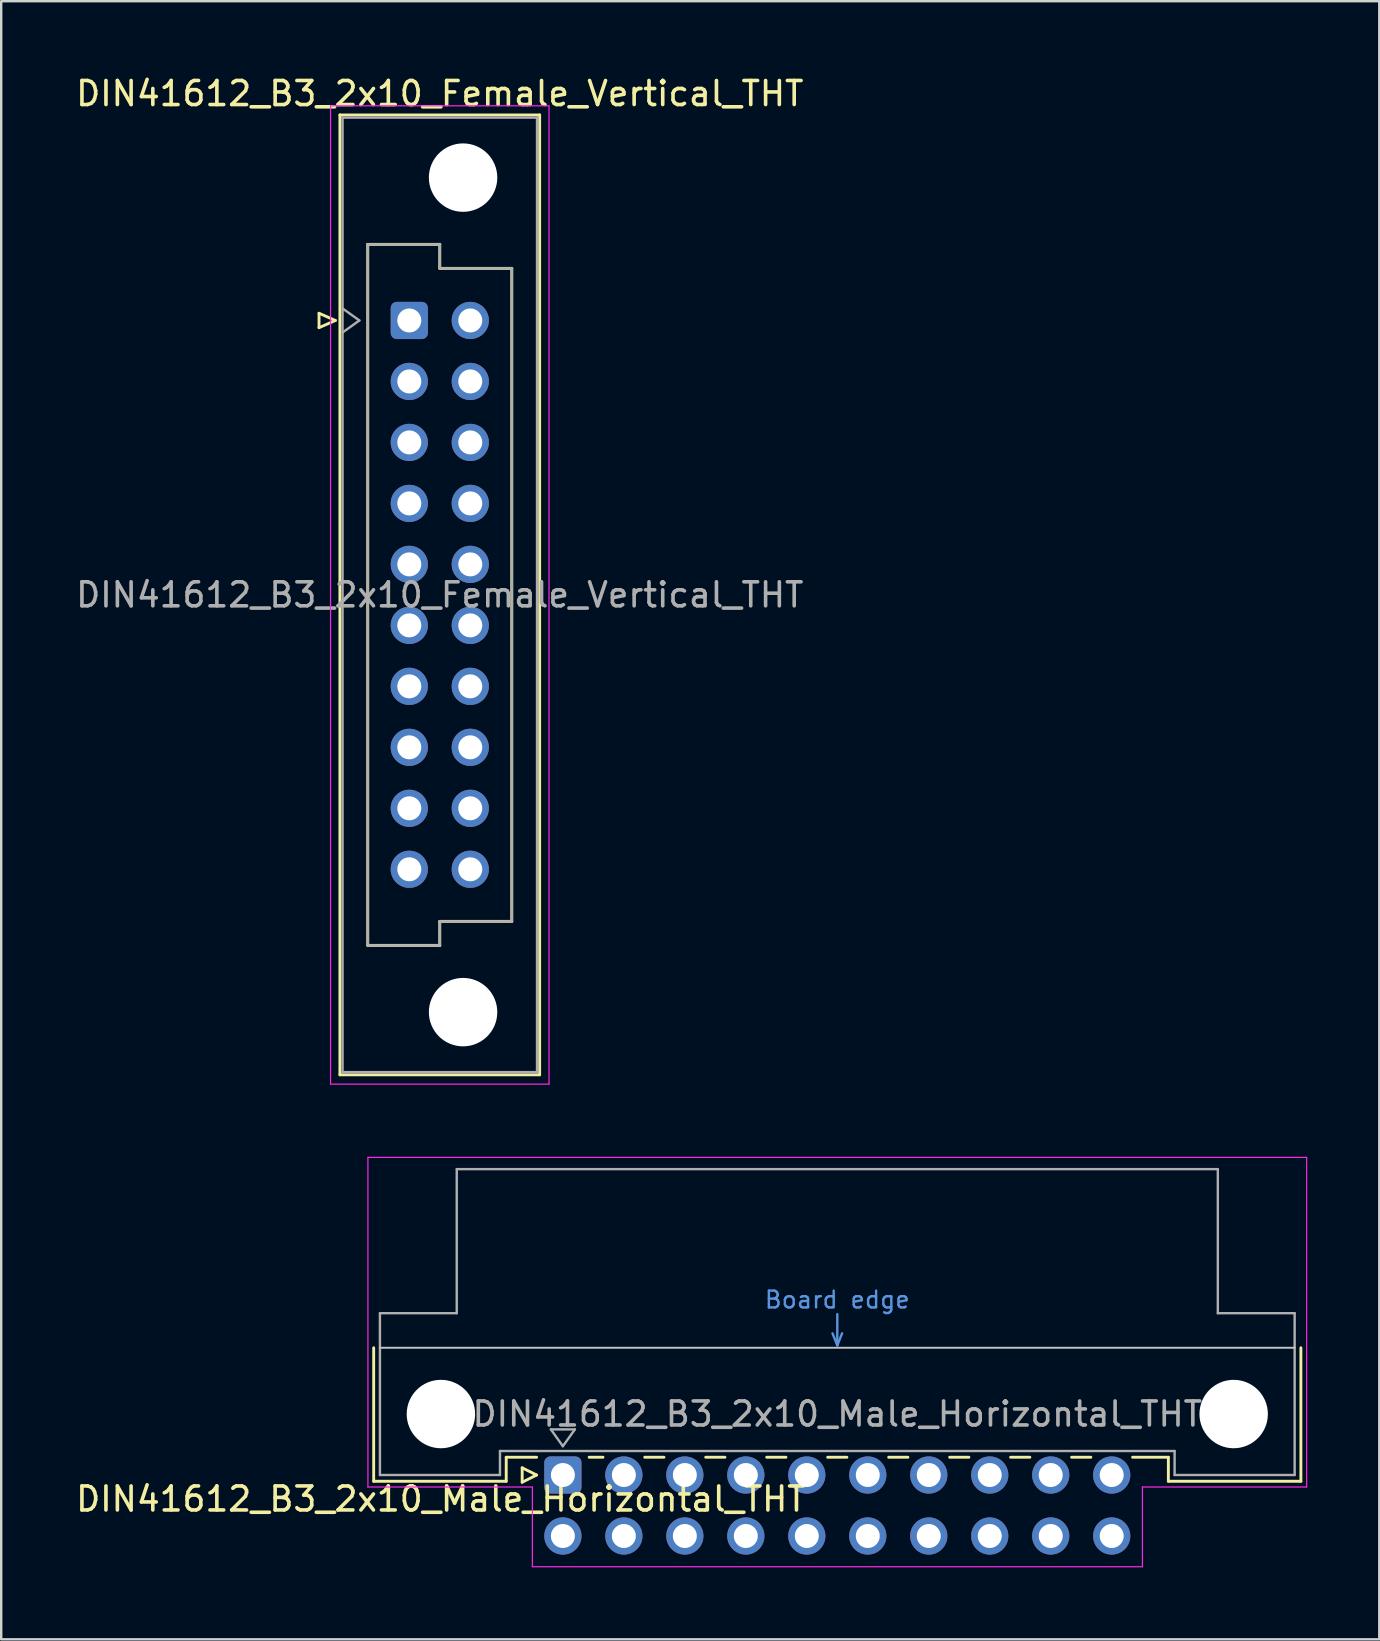
<source format=kicad_pcb>
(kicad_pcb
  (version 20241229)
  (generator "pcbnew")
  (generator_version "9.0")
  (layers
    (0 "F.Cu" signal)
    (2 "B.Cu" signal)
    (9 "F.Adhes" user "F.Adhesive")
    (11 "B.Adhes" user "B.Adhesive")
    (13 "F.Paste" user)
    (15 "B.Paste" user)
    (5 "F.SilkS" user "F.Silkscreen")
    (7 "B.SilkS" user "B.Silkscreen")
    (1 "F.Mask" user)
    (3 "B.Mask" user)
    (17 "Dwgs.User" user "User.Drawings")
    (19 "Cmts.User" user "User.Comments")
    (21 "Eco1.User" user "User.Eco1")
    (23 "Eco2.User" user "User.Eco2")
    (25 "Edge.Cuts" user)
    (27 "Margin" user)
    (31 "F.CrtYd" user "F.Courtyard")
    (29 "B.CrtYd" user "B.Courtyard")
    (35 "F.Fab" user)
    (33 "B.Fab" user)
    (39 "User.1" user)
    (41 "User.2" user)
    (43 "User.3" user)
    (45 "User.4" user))
  (footprint "DIN41612_B3_2x10_Female_Vertical_THT"
    (layer "F.Cu")
    (at 13.998 10.298)
    (property "Reference" "DIN41612_B3_2x10_Female_Vertical_THT" (at 1.27 -9.45 0) (layer "F.SilkS") (effects (font (size 1 1) (thickness 0.15))))
    (attr through_hole)
    (fp_line (start -3.76 -0.3) (end -3.76 0.3) (stroke (width 0.12) (type solid)) (layer "F.SilkS"))
    (fp_line (start -3.76 0.3) (end -3.08 0) (stroke (width 0.12) (type solid)) (layer "F.SilkS"))
    (fp_line (start -3.08 0) (end -3.76 -0.3) (stroke (width 0.12) (type solid)) (layer "F.SilkS"))
    (fp_line (start -2.89 -8.56) (end 5.43 -8.56) (stroke (width 0.12) (type solid)) (layer "F.SilkS"))
    (fp_line (start -2.89 31.42) (end -2.89 -8.56) (stroke (width 0.12) (type solid)) (layer "F.SilkS"))
    (fp_line (start -1.73 -3.17) (end 1.27 -3.17) (stroke (width 0.12) (type solid)) (layer "F.SilkS"))
    (fp_line (start -1.73 26.03) (end -1.73 -3.17) (stroke (width 0.12) (type solid)) (layer "F.SilkS"))
    (fp_line (start 1.27 -3.17) (end 1.27 -2.17) (stroke (width 0.12) (type solid)) (layer "F.SilkS"))
    (fp_line (start 1.27 -2.17) (end 4.27 -2.17) (stroke (width 0.12) (type solid)) (layer "F.SilkS"))
    (fp_line (start 1.27 25.03) (end 1.27 26.03) (stroke (width 0.12) (type solid)) (layer "F.SilkS"))
    (fp_line (start 1.27 26.03) (end -1.73 26.03) (stroke (width 0.12) (type solid)) (layer "F.SilkS"))
    (fp_line (start 4.27 -2.17) (end 4.27 25.03) (stroke (width 0.12) (type solid)) (layer "F.SilkS"))
    (fp_line (start 4.27 25.03) (end 1.27 25.03) (stroke (width 0.12) (type solid)) (layer "F.SilkS"))
    (fp_line (start 5.43 -8.56) (end 5.43 31.42) (stroke (width 0.12) (type solid)) (layer "F.SilkS"))
    (fp_line (start 5.43 31.42) (end -2.89 31.42) (stroke (width 0.12) (type solid)) (layer "F.SilkS"))
    (fp_line (start -3.28 -8.94) (end 5.82 -8.94) (stroke (width 0.05) (type solid)) (layer "F.CrtYd"))
    (fp_line (start -3.28 31.81) (end -3.28 -8.94) (stroke (width 0.05) (type solid)) (layer "F.CrtYd"))
    (fp_line (start 5.82 -8.94) (end 5.82 31.81) (stroke (width 0.05) (type solid)) (layer "F.CrtYd"))
    (fp_line (start 5.82 31.81) (end -3.28 31.81) (stroke (width 0.05) (type solid)) (layer "F.CrtYd"))
    (fp_line (start -2.78 -8.45) (end 5.32 -8.45) (stroke (width 0.1) (type solid)) (layer "F.Fab"))
    (fp_line (start -2.78 -0.5) (end -2.08 0) (stroke (width 0.1) (type solid)) (layer "F.Fab"))
    (fp_line (start -2.78 31.31) (end -2.78 -8.45) (stroke (width 0.1) (type solid)) (layer "F.Fab"))
    (fp_line (start -2.08 0) (end -2.78 0.5) (stroke (width 0.1) (type solid)) (layer "F.Fab"))
    (fp_line (start -1.73 -3.17) (end 1.27 -3.17) (stroke (width 0.1) (type solid)) (layer "F.Fab"))
    (fp_line (start -1.73 26.03) (end -1.73 -3.17) (stroke (width 0.1) (type solid)) (layer "F.Fab"))
    (fp_line (start 1.27 -3.17) (end 1.27 -2.17) (stroke (width 0.1) (type solid)) (layer "F.Fab"))
    (fp_line (start 1.27 -2.17) (end 4.27 -2.17) (stroke (width 0.1) (type solid)) (layer "F.Fab"))
    (fp_line (start 1.27 25.03) (end 1.27 26.03) (stroke (width 0.1) (type solid)) (layer "F.Fab"))
    (fp_line (start 1.27 26.03) (end -1.73 26.03) (stroke (width 0.1) (type solid)) (layer "F.Fab"))
    (fp_line (start 4.27 -2.17) (end 4.27 25.03) (stroke (width 0.1) (type solid)) (layer "F.Fab"))
    (fp_line (start 4.27 25.03) (end 1.27 25.03) (stroke (width 0.1) (type solid)) (layer "F.Fab"))
    (fp_line (start 5.32 -8.45) (end 5.32 31.31) (stroke (width 0.1) (type solid)) (layer "F.Fab"))
    (fp_line (start 5.32 31.31) (end -2.78 31.31) (stroke (width 0.1) (type solid)) (layer "F.Fab"))
    (fp_text user "${REFERENCE}" (at 1.27 11.43 0) (layer "F.Fab") (effects (font (size 1 1) (thickness 0.15))))
    (pad "" np_thru_hole circle (at 2.24 -5.95) (size 2.85 2.85) (drill 2.85) (layers "*.Cu" "*.Mask"))
    (pad "" np_thru_hole circle (at 2.24 28.81) (size 2.85 2.85) (drill 2.85) (layers "*.Cu" "*.Mask"))
    (pad "a1" thru_hole roundrect (at 0 0) (size 1.55 1.55) (drill 1) (layers "*.Cu" "*.Mask") (roundrect_rratio 0.161))
    (pad "a2" thru_hole circle (at 0 2.54) (size 1.55 1.55) (drill 1) (layers "*.Cu" "*.Mask"))
    (pad "a3" thru_hole circle (at 0 5.08) (size 1.55 1.55) (drill 1) (layers "*.Cu" "*.Mask"))
    (pad "a4" thru_hole circle (at 0 7.62) (size 1.55 1.55) (drill 1) (layers "*.Cu" "*.Mask"))
    (pad "a5" thru_hole circle (at 0 10.16) (size 1.55 1.55) (drill 1) (layers "*.Cu" "*.Mask"))
    (pad "a6" thru_hole circle (at 0 12.7) (size 1.55 1.55) (drill 1) (layers "*.Cu" "*.Mask"))
    (pad "a7" thru_hole circle (at 0 15.24) (size 1.55 1.55) (drill 1) (layers "*.Cu" "*.Mask"))
    (pad "a8" thru_hole circle (at 0 17.78) (size 1.55 1.55) (drill 1) (layers "*.Cu" "*.Mask"))
    (pad "a9" thru_hole circle (at 0 20.32) (size 1.55 1.55) (drill 1) (layers "*.Cu" "*.Mask"))
    (pad "a10" thru_hole circle (at 0 22.86) (size 1.55 1.55) (drill 1) (layers "*.Cu" "*.Mask"))
    (pad "b1" thru_hole circle (at 2.54 0) (size 1.55 1.55) (drill 1) (layers "*.Cu" "*.Mask"))
    (pad "b2" thru_hole circle (at 2.54 2.54) (size 1.55 1.55) (drill 1) (layers "*.Cu" "*.Mask"))
    (pad "b3" thru_hole circle (at 2.54 5.08) (size 1.55 1.55) (drill 1) (layers "*.Cu" "*.Mask"))
    (pad "b4" thru_hole circle (at 2.54 7.62) (size 1.55 1.55) (drill 1) (layers "*.Cu" "*.Mask"))
    (pad "b5" thru_hole circle (at 2.54 10.16) (size 1.55 1.55) (drill 1) (layers "*.Cu" "*.Mask"))
    (pad "b6" thru_hole circle (at 2.54 12.7) (size 1.55 1.55) (drill 1) (layers "*.Cu" "*.Mask"))
    (pad "b7" thru_hole circle (at 2.54 15.24) (size 1.55 1.55) (drill 1) (layers "*.Cu" "*.Mask"))
    (pad "b8" thru_hole circle (at 2.54 17.78) (size 1.55 1.55) (drill 1) (layers "*.Cu" "*.Mask"))
    (pad "b9" thru_hole circle (at 2.54 20.32) (size 1.55 1.55) (drill 1) (layers "*.Cu" "*.Mask"))
    (pad "b10" thru_hole circle (at 2.54 22.86) (size 1.55 1.55) (drill 1) (layers "*.Cu" "*.Mask")))
  (footprint "DIN41612_B3_2x10_Male_Horizontal_THT"
    (layer "F.Cu")
    (at 20.395 58.388)
    (property "Reference" "DIN41612_B3_2x10_Male_Horizontal_THT" (at -5.08 1 0) (layer "F.SilkS") (effects (font (size 1 1) (thickness 0.15))))
    (attr through_hole)
    (fp_line (start -7.88 -5.3) (end -7.88 0.26) (stroke (width 0.12) (type solid)) (layer "F.SilkS"))
    (fp_line (start -7.88 0.26) (end -2.36 0.26) (stroke (width 0.12) (type solid)) (layer "F.SilkS"))
    (fp_line (start -2.361 -0.74) (end -1.095 -0.74) (stroke (width 0.12) (type solid)) (layer "F.SilkS"))
    (fp_line (start -2.36 0.26) (end -2.36 -0.74) (stroke (width 0.12) (type solid)) (layer "F.SilkS"))
    (fp_line (start -1.695 -0.3) (end -1.695 0.3) (stroke (width 0.12) (type solid)) (layer "F.SilkS"))
    (fp_line (start -1.695 0.3) (end -1.095 0) (stroke (width 0.12) (type solid)) (layer "F.SilkS"))
    (fp_line (start -1.095 0) (end -1.695 -0.3) (stroke (width 0.12) (type solid)) (layer "F.SilkS"))
    (fp_line (start 1.095 -0.74) (end 1.671 -0.74) (stroke (width 0.12) (type solid)) (layer "F.SilkS"))
    (fp_line (start 3.41 -0.74) (end 4.211 -0.74) (stroke (width 0.12) (type solid)) (layer "F.SilkS"))
    (fp_line (start 5.95 -0.74) (end 6.751 -0.74) (stroke (width 0.12) (type solid)) (layer "F.SilkS"))
    (fp_line (start 8.49 -0.74) (end 9.291 -0.74) (stroke (width 0.12) (type solid)) (layer "F.SilkS"))
    (fp_line (start 11.03 -0.74) (end 11.831 -0.74) (stroke (width 0.12) (type solid)) (layer "F.SilkS"))
    (fp_line (start 13.57 -0.74) (end 14.371 -0.74) (stroke (width 0.12) (type solid)) (layer "F.SilkS"))
    (fp_line (start 16.11 -0.74) (end 16.911 -0.74) (stroke (width 0.12) (type solid)) (layer "F.SilkS"))
    (fp_line (start 18.65 -0.74) (end 19.451 -0.74) (stroke (width 0.12) (type solid)) (layer "F.SilkS"))
    (fp_line (start 21.19 -0.74) (end 21.991 -0.74) (stroke (width 0.12) (type solid)) (layer "F.SilkS"))
    (fp_line (start 23.73 -0.74) (end 25.22 -0.74) (stroke (width 0.12) (type solid)) (layer "F.SilkS"))
    (fp_line (start 25.22 0.26) (end 25.22 -0.74) (stroke (width 0.12) (type solid)) (layer "F.SilkS"))
    (fp_line (start 30.74 -5.3) (end 30.74 0.26) (stroke (width 0.12) (type solid)) (layer "F.SilkS"))
    (fp_line (start 30.74 0.26) (end 25.22 0.26) (stroke (width 0.12) (type solid)) (layer "F.SilkS"))
    (fp_line (start -7.62 -5.3) (end 30.48 -5.3) (stroke (width 0.08) (type solid)) (layer "Dwgs.User"))
    (fp_line (start 11.23 -5.9) (end 11.43 -5.4) (stroke (width 0.1) (type solid)) (layer "Cmts.User"))
    (fp_line (start 11.43 -5.4) (end 11.43 -6.7) (stroke (width 0.1) (type solid)) (layer "Cmts.User"))
    (fp_line (start 11.43 -5.4) (end 11.63 -5.9) (stroke (width 0.1) (type solid)) (layer "Cmts.User"))
    (fp_line (start -8.12 -13.23) (end -8.12 0.5) (stroke (width 0.05) (type solid)) (layer "F.CrtYd"))
    (fp_line (start -8.12 0.5) (end -1.27 0.5) (stroke (width 0.05) (type solid)) (layer "F.CrtYd"))
    (fp_line (start -1.27 0.5) (end -1.27 3.82) (stroke (width 0.05) (type solid)) (layer "F.CrtYd"))
    (fp_line (start -1.27 3.82) (end 24.14 3.82) (stroke (width 0.05) (type solid)) (layer "F.CrtYd"))
    (fp_line (start 24.14 0.5) (end 30.98 0.5) (stroke (width 0.05) (type solid)) (layer "F.CrtYd"))
    (fp_line (start 24.14 3.82) (end 24.14 0.5) (stroke (width 0.05) (type solid)) (layer "F.CrtYd"))
    (fp_line (start 30.98 -13.23) (end -8.12 -13.23) (stroke (width 0.05) (type solid)) (layer "F.CrtYd"))
    (fp_line (start 30.98 0.5) (end 30.98 -13.23) (stroke (width 0.05) (type solid)) (layer "F.CrtYd"))
    (fp_line (start -7.62 -6.74) (end -7.62 0) (stroke (width 0.1) (type solid)) (layer "F.Fab"))
    (fp_line (start -7.62 0) (end -2.62 0) (stroke (width 0.1) (type solid)) (layer "F.Fab"))
    (fp_line (start -4.42 -12.74) (end -4.42 -6.74) (stroke (width 0.1) (type solid)) (layer "F.Fab"))
    (fp_line (start -4.42 -6.74) (end -7.62 -6.74) (stroke (width 0.1) (type solid)) (layer "F.Fab"))
    (fp_line (start -2.62 -1) (end 25.48 -1) (stroke (width 0.1) (type solid)) (layer "F.Fab"))
    (fp_line (start -2.62 0) (end -2.62 -1) (stroke (width 0.1) (type solid)) (layer "F.Fab"))
    (fp_line (start -0.5 -1.9) (end 0.5 -1.9) (stroke (width 0.1) (type solid)) (layer "F.Fab"))
    (fp_line (start 0 -1.2) (end -0.5 -1.9) (stroke (width 0.1) (type solid)) (layer "F.Fab"))
    (fp_line (start 0.5 -1.9) (end 0 -1.2) (stroke (width 0.1) (type solid)) (layer "F.Fab"))
    (fp_line (start 25.48 -1) (end 25.48 0) (stroke (width 0.1) (type solid)) (layer "F.Fab"))
    (fp_line (start 25.48 0) (end 30.48 0) (stroke (width 0.1) (type solid)) (layer "F.Fab"))
    (fp_line (start 27.28 -12.74) (end -4.42 -12.74) (stroke (width 0.1) (type solid)) (layer "F.Fab"))
    (fp_line (start 27.28 -6.74) (end 27.28 -12.74) (stroke (width 0.1) (type solid)) (layer "F.Fab"))
    (fp_line (start 30.48 -6.74) (end 27.28 -6.74) (stroke (width 0.1) (type solid)) (layer "F.Fab"))
    (fp_line (start 30.48 0) (end 30.48 -6.74) (stroke (width 0.1) (type solid)) (layer "F.Fab"))
    (fp_text user "Board edge" (at 11.43 -7.3 0) (layer "Cmts.User") (effects (font (size 0.7 0.7) (thickness 0.1))))
    (fp_text user "${REFERENCE}" (at 11.43 -2.54 0) (layer "F.Fab") (effects (font (size 1 1) (thickness 0.15))))
    (pad "" np_thru_hole circle (at -5.08 -2.54) (size 2.85 2.85) (drill 2.85) (layers "*.Cu" "*.Mask"))
    (pad "" np_thru_hole circle (at 27.94 -2.54) (size 2.85 2.85) (drill 2.85) (layers "*.Cu" "*.Mask"))
    (pad "a1" thru_hole roundrect (at 0 0) (size 1.55 1.55) (drill 1) (layers "*.Cu" "*.Mask") (roundrect_rratio 0.161))
    (pad "a2" thru_hole circle (at 2.54 0) (size 1.55 1.55) (drill 1) (layers "*.Cu" "*.Mask"))
    (pad "a3" thru_hole circle (at 5.08 0) (size 1.55 1.55) (drill 1) (layers "*.Cu" "*.Mask"))
    (pad "a4" thru_hole circle (at 7.62 0) (size 1.55 1.55) (drill 1) (layers "*.Cu" "*.Mask"))
    (pad "a5" thru_hole circle (at 10.16 0) (size 1.55 1.55) (drill 1) (layers "*.Cu" "*.Mask"))
    (pad "a6" thru_hole circle (at 12.7 0) (size 1.55 1.55) (drill 1) (layers "*.Cu" "*.Mask"))
    (pad "a7" thru_hole circle (at 15.24 0) (size 1.55 1.55) (drill 1) (layers "*.Cu" "*.Mask"))
    (pad "a8" thru_hole circle (at 17.78 0) (size 1.55 1.55) (drill 1) (layers "*.Cu" "*.Mask"))
    (pad "a9" thru_hole circle (at 20.32 0) (size 1.55 1.55) (drill 1) (layers "*.Cu" "*.Mask"))
    (pad "a10" thru_hole circle (at 22.86 0) (size 1.55 1.55) (drill 1) (layers "*.Cu" "*.Mask"))
    (pad "b1" thru_hole circle (at 0 2.54) (size 1.55 1.55) (drill 1) (layers "*.Cu" "*.Mask"))
    (pad "b2" thru_hole circle (at 2.54 2.54) (size 1.55 1.55) (drill 1) (layers "*.Cu" "*.Mask"))
    (pad "b3" thru_hole circle (at 5.08 2.54) (size 1.55 1.55) (drill 1) (layers "*.Cu" "*.Mask"))
    (pad "b4" thru_hole circle (at 7.62 2.54) (size 1.55 1.55) (drill 1) (layers "*.Cu" "*.Mask"))
    (pad "b5" thru_hole circle (at 10.16 2.54) (size 1.55 1.55) (drill 1) (layers "*.Cu" "*.Mask"))
    (pad "b6" thru_hole circle (at 12.7 2.54) (size 1.55 1.55) (drill 1) (layers "*.Cu" "*.Mask"))
    (pad "b7" thru_hole circle (at 15.24 2.54) (size 1.55 1.55) (drill 1) (layers "*.Cu" "*.Mask"))
    (pad "b8" thru_hole circle (at 17.78 2.54) (size 1.55 1.55) (drill 1) (layers "*.Cu" "*.Mask"))
    (pad "b9" thru_hole circle (at 20.32 2.54) (size 1.55 1.55) (drill 1) (layers "*.Cu" "*.Mask"))
    (pad "b10" thru_hole circle (at 22.86 2.54) (size 1.55 1.55) (drill 1) (layers "*.Cu" "*.Mask")))
  (gr_rect
    (start -3 -3)
    (end 54.4 65.233)
    (stroke (width 0.1) (type default))
    (fill no)
    (layer "Edge.Cuts")))
</source>
